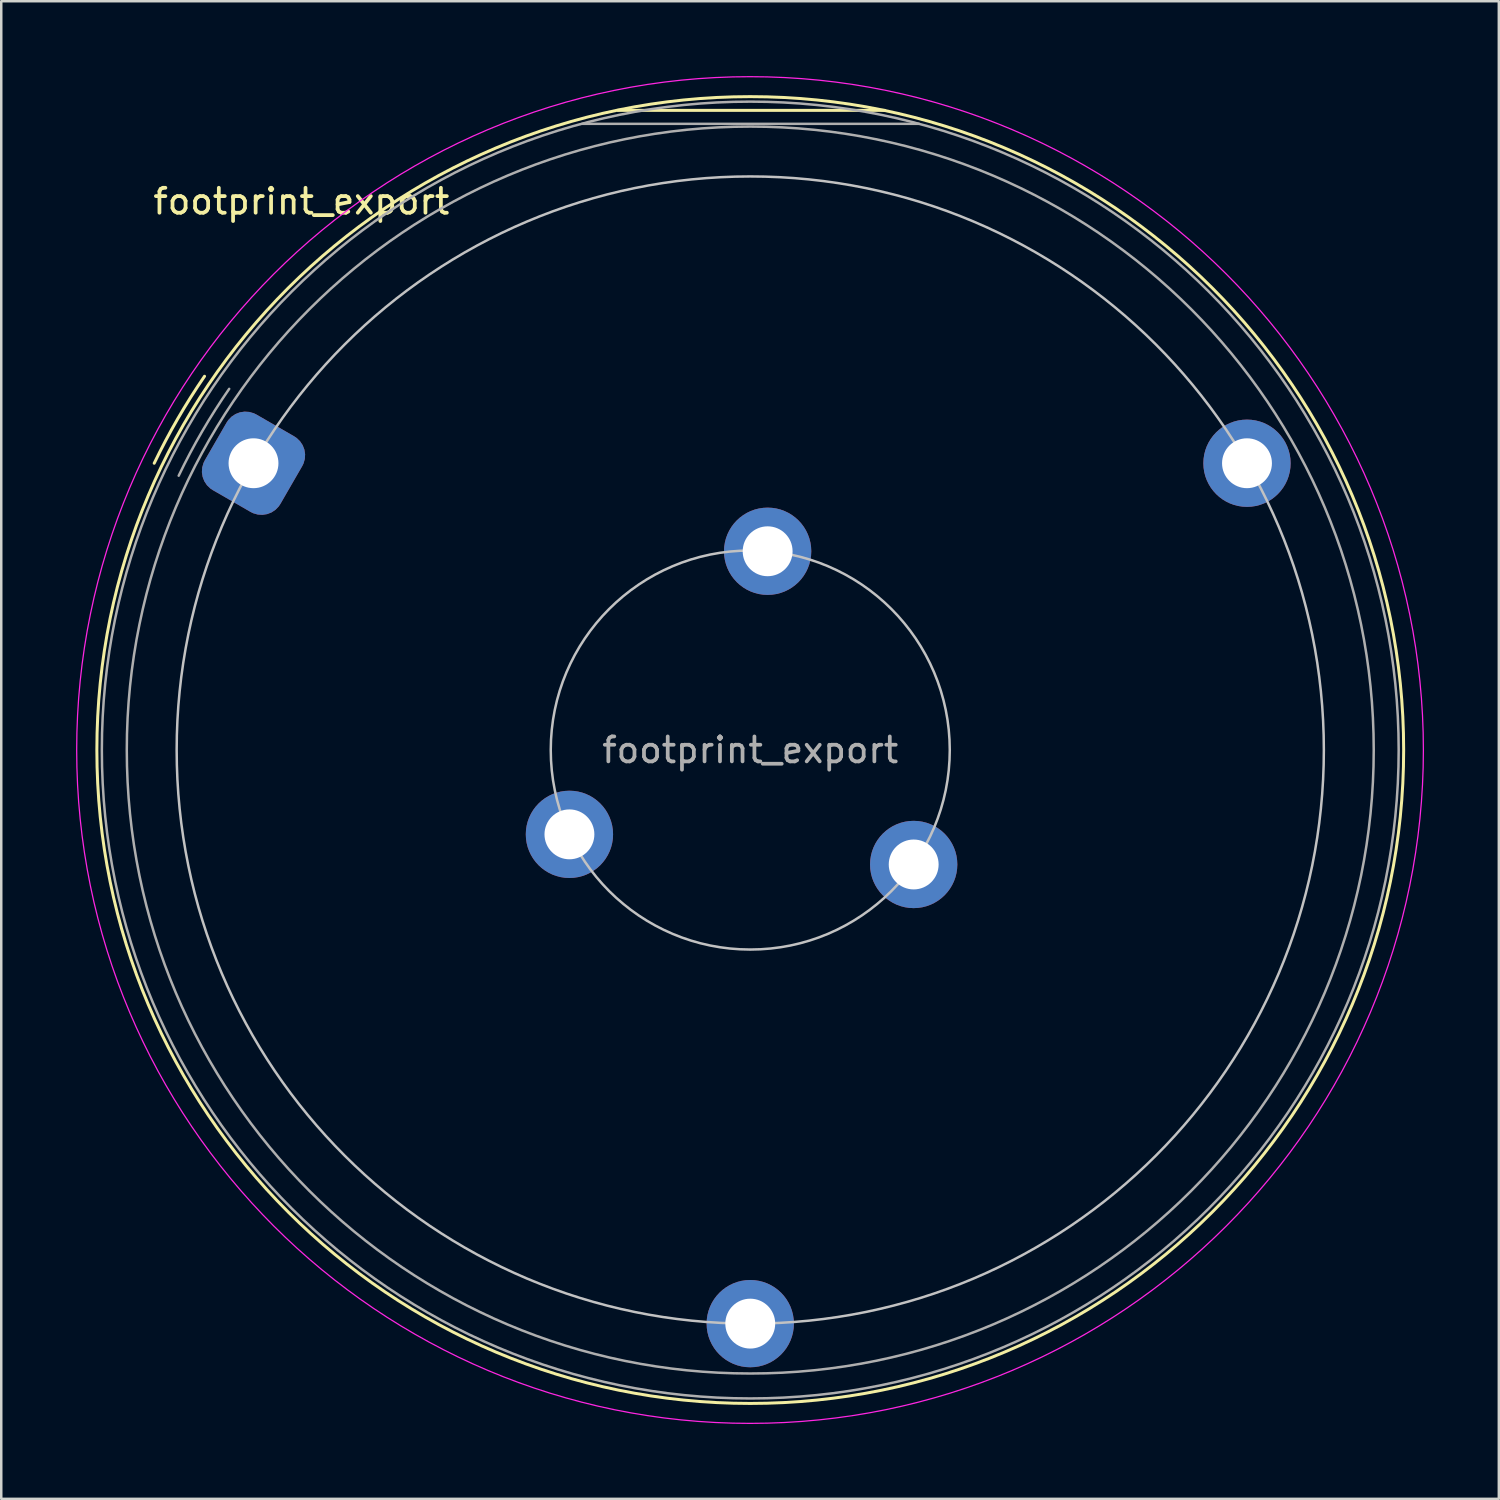
<source format=kicad_pcb>
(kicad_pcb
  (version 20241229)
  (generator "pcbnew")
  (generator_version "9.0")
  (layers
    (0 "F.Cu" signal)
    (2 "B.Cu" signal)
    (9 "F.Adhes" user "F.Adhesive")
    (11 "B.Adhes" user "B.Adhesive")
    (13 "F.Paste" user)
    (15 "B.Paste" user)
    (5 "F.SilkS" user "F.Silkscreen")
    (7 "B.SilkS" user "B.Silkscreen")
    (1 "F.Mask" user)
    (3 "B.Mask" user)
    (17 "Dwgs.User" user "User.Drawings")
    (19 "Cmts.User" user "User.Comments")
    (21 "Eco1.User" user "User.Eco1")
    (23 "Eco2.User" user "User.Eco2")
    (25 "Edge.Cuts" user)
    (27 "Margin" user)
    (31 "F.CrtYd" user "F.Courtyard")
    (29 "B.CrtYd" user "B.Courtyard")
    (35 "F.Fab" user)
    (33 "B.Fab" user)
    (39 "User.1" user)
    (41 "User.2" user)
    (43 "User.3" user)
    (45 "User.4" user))
  (footprint "footprint_export"
    (layer "F.Cu")
    (at 7.115 15.525)
    (property "Reference" "footprint_export" (at 1.919 -10.5 0) (layer "F.SilkS") (effects (font (size 1 1) (thickness 0.15))))
    (attr through_hole)
    (fp_line (start 14.61 -14.15) (end 25.31 -14.15) (stroke (width 0.12) (type default)) (layer "F.SilkS"))
    (fp_arc (start -3.981416 0) (mid -3.038806 -1.782253) (end -1.963537 -3.487754) (stroke (width 0.12) (type default)) (layer "F.SilkS"))
    (fp_circle (center 19.919 11.5) (end 46.119 11.5) (stroke (width 0.12) (type default)) (fill no) (layer "F.SilkS"))
    (fp_circle (center 19.919 11.5) (end 27.919 11.5) (stroke (width 0.1) (type default)) (fill no) (layer "Dwgs.User"))
    (fp_circle (center 19.919 11.5) (end 42.919 11.5) (stroke (width 0.1) (type default)) (fill no) (layer "Dwgs.User"))
    (fp_circle (center 19.91 11.5) (end 46.91 11.5) (stroke (width 0.05) (type default)) (fill no) (layer "F.CrtYd"))
    (fp_line (start 26.68 -13.61) (end 13.18 -13.61) (stroke (width 0.1) (type default)) (layer "F.Fab"))
    (fp_arc (start -2.999999 0.5) (mid -2.056361 -1.281362) (end -0.974545 -2.982355) (stroke (width 0.1) (type default)) (layer "F.Fab"))
    (fp_circle (center 19.919 11.5) (end 44.919 11.5) (stroke (width 0.1) (type default)) (fill no) (layer "F.Fab"))
    (fp_circle (center 19.919 11.5) (end 45.919 11.5) (stroke (width 0.1) (type default)) (fill no) (layer "F.Fab"))
    (fp_text user "${REFERENCE}" (at 19.919 11.5 0) (layer "F.Fab") (effects (font (size 1 1) (thickness 0.15))))
    (pad "1" thru_hole roundrect (at 0 0 150) (size 3.5 3.5) (drill 2) (layers "*.Cu" "*.Mask") (roundrect_rratio 0.25))
    (pad "2" thru_hole circle (at 19.919 34.5 20) (size 3.5 3.5) (drill 2) (layers "*.Cu" "*.Mask"))
    (pad "3" thru_hole circle (at 39.837 0 260) (size 3.5 3.5) (drill 2) (layers "*.Cu" "*.Mask"))
    (pad "4" thru_hole circle (at 26.472 16.089 52) (size 3.5 3.5) (drill 2) (layers "*.Cu" "*.Mask"))
    (pad "5" thru_hole circle (at 12.668 14.881 292) (size 3.5 3.5) (drill 2) (layers "*.Cu" "*.Mask"))
    (pad "6" thru_hole circle (at 20.616 3.53 172) (size 3.5 3.5) (drill 2) (layers "*.Cu" "*.Mask")))
  (gr_rect
    (start -3 -3)
    (end 57.05 57.05)
    (stroke (width 0.1) (type default))
    (fill no)
    (layer "Edge.Cuts")))
</source>
